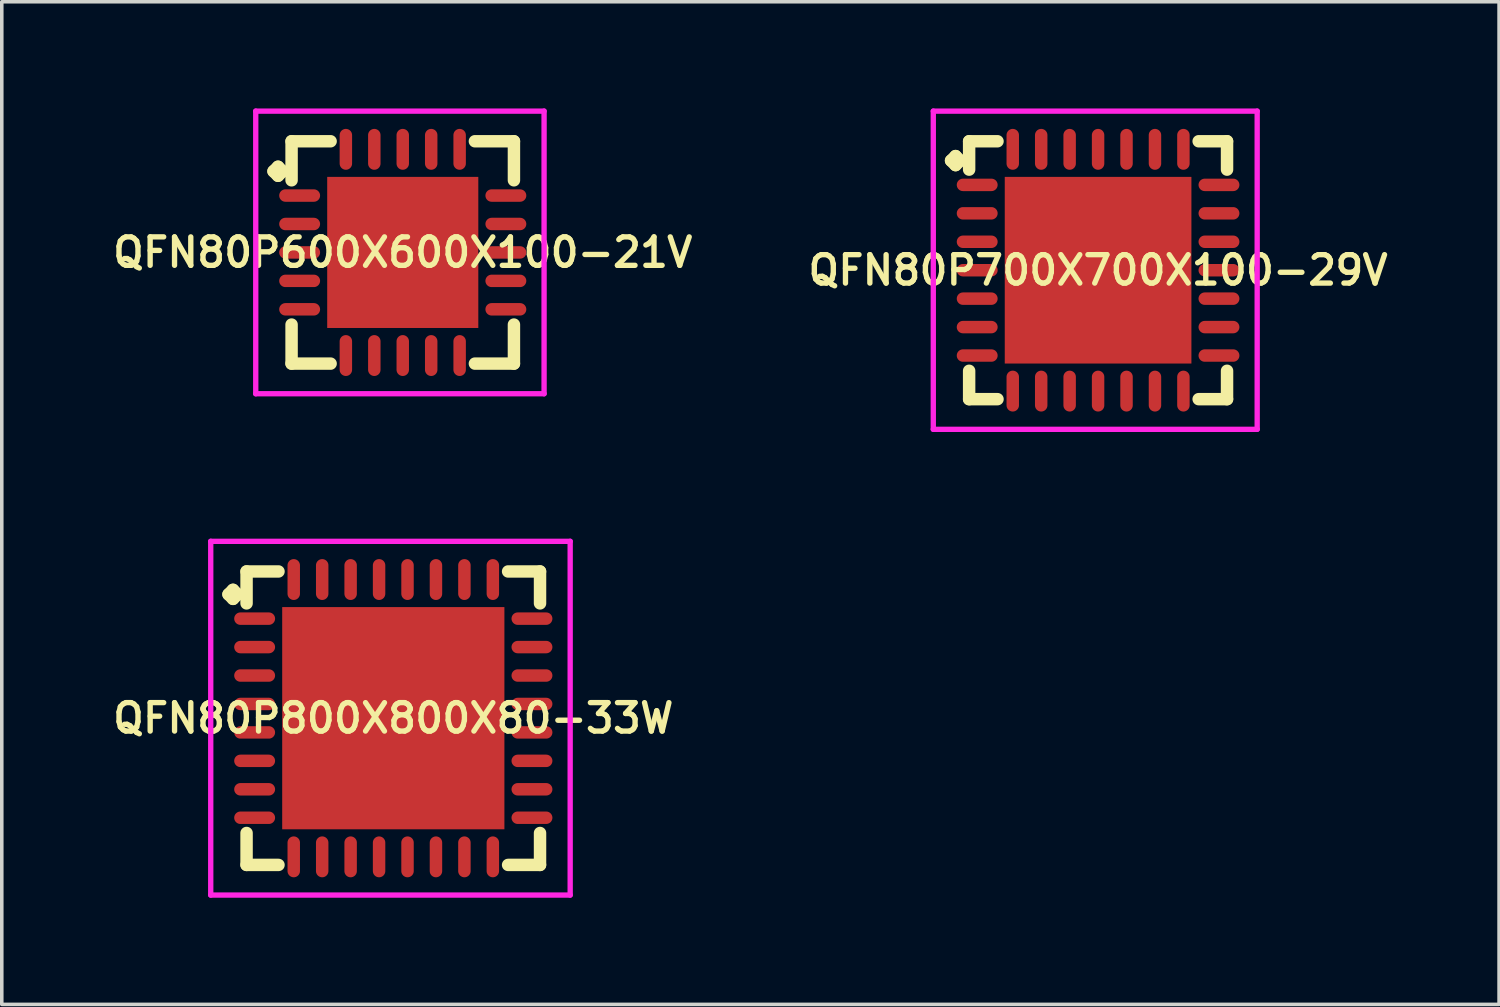
<source format=kicad_pcb>
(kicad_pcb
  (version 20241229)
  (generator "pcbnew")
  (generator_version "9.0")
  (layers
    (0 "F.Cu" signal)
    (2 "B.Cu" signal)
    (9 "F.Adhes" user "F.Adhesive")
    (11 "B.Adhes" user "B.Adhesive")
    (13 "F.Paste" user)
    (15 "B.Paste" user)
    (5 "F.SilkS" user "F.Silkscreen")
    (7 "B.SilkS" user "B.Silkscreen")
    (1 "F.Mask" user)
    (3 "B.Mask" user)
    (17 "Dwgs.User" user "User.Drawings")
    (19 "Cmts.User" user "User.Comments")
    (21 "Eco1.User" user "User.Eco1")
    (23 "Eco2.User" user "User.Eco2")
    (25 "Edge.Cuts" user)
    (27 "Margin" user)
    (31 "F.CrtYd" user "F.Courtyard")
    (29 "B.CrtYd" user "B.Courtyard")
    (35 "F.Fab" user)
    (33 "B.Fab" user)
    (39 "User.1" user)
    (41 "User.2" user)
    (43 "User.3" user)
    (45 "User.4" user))
  (footprint "QFN80P600X600X100-21V"
    (layer "F.Cu")
    (at 8.278 4.05)
    (property "Reference" "QFN80P600X600X100-21V" (at 0 0 0) (layer "F.SilkS") (effects (font (size 0.8 0.8) (thickness 0.15))))
    (attr smd)
    (fp_line (start -3.635 -2.283) (end -3.508 -2.41) (stroke (width 0.35) (type solid)) (layer "F.SilkS"))
    (fp_line (start -3.508 -2.41) (end -3.381 -2.283) (stroke (width 0.35) (type solid)) (layer "F.SilkS"))
    (fp_line (start -3.508 -2.156) (end -3.635 -2.283) (stroke (width 0.35) (type solid)) (layer "F.SilkS"))
    (fp_line (start -3.381 -2.283) (end -3.508 -2.156) (stroke (width 0.35) (type solid)) (layer "F.SilkS"))
    (fp_line (start -3.127 -3.127) (end -2.029 -3.127) (stroke (width 0.35) (type solid)) (layer "F.SilkS"))
    (fp_line (start -3.127 -2.029) (end -3.127 -3.127) (stroke (width 0.35) (type solid)) (layer "F.SilkS"))
    (fp_line (start -3.127 2.029) (end -3.127 3.127) (stroke (width 0.35) (type solid)) (layer "F.SilkS"))
    (fp_line (start -3.127 3.127) (end -2.029 3.127) (stroke (width 0.35) (type solid)) (layer "F.SilkS"))
    (fp_line (start 2.029 -3.127) (end 3.127 -3.127) (stroke (width 0.35) (type solid)) (layer "F.SilkS"))
    (fp_line (start 2.029 3.127) (end 3.127 3.127) (stroke (width 0.35) (type solid)) (layer "F.SilkS"))
    (fp_line (start 3.127 -3.127) (end 3.127 -2.029) (stroke (width 0.35) (type solid)) (layer "F.SilkS"))
    (fp_line (start 3.127 3.127) (end 3.127 2.029) (stroke (width 0.35) (type solid)) (layer "F.SilkS"))
    (fp_line (start -4.135 -3.975) (end 3.975 -3.975) (stroke (width 0.15) (type solid)) (layer "F.CrtYd"))
    (fp_line (start -4.135 3.975) (end -4.135 -3.975) (stroke (width 0.15) (type solid)) (layer "F.CrtYd"))
    (fp_line (start 3.975 -3.975) (end 3.975 3.975) (stroke (width 0.15) (type solid)) (layer "F.CrtYd"))
    (fp_line (start 3.975 3.975) (end -4.135 3.975) (stroke (width 0.15) (type solid)) (layer "F.CrtYd"))
    (pad "1" smd oval (at -2.9 -1.6) (size 1.15 0.35) (layers "F.Cu" "F.Mask" "F.Paste"))
    (pad "2" smd oval (at -2.9 -0.8) (size 1.15 0.35) (layers "F.Cu" "F.Mask" "F.Paste"))
    (pad "3" smd oval (at -2.9 0) (size 1.15 0.35) (layers "F.Cu" "F.Mask" "F.Paste"))
    (pad "4" smd oval (at -2.9 0.8) (size 1.15 0.35) (layers "F.Cu" "F.Mask" "F.Paste"))
    (pad "5" smd oval (at -2.9 1.6) (size 1.15 0.35) (layers "F.Cu" "F.Mask" "F.Paste"))
    (pad "6" smd oval (at -1.6 2.9) (size 0.35 1.15) (layers "F.Cu" "F.Mask" "F.Paste"))
    (pad "7" smd oval (at -0.8 2.9) (size 0.35 1.15) (layers "F.Cu" "F.Mask" "F.Paste"))
    (pad "8" smd oval (at 0 2.9) (size 0.35 1.15) (layers "F.Cu" "F.Mask" "F.Paste"))
    (pad "9" smd oval (at 0.8 2.9) (size 0.35 1.15) (layers "F.Cu" "F.Mask" "F.Paste"))
    (pad "10" smd oval (at 1.6 2.9) (size 0.35 1.15) (layers "F.Cu" "F.Mask" "F.Paste"))
    (pad "11" smd oval (at 2.9 1.6) (size 1.15 0.35) (layers "F.Cu" "F.Mask" "F.Paste"))
    (pad "12" smd oval (at 2.9 0.8) (size 1.15 0.35) (layers "F.Cu" "F.Mask" "F.Paste"))
    (pad "13" smd oval (at 2.9 0) (size 1.15 0.35) (layers "F.Cu" "F.Mask" "F.Paste"))
    (pad "14" smd oval (at 2.9 -0.8) (size 1.15 0.35) (layers "F.Cu" "F.Mask" "F.Paste"))
    (pad "15" smd oval (at 2.9 -1.6) (size 1.15 0.35) (layers "F.Cu" "F.Mask" "F.Paste"))
    (pad "16" smd oval (at 1.6 -2.9) (size 0.35 1.15) (layers "F.Cu" "F.Mask" "F.Paste"))
    (pad "17" smd oval (at 0.8 -2.9) (size 0.35 1.15) (layers "F.Cu" "F.Mask" "F.Paste"))
    (pad "18" smd oval (at 0 -2.9) (size 0.35 1.15) (layers "F.Cu" "F.Mask" "F.Paste"))
    (pad "19" smd oval (at -0.8 -2.9) (size 0.35 1.15) (layers "F.Cu" "F.Mask" "F.Paste"))
    (pad "20" smd oval (at -1.6 -2.9) (size 0.35 1.15) (layers "F.Cu" "F.Mask" "F.Paste"))
    (pad "21" smd rect (at 0 0) (size 4.25 4.25) (layers "F.Cu" "F.Mask" "F.Paste")))
  (footprint "QFN80P800X800X80-33W"
    (layer "F.Cu")
    (at 8.012 17.15)
    (property "Reference" "QFN80P800X800X80-33W" (at 0 0 0) (layer "F.SilkS") (effects (font (size 0.8 0.8) (thickness 0.15))))
    (attr smd)
    (fp_line (start -4.635 -3.483) (end -4.508 -3.61) (stroke (width 0.35) (type solid)) (layer "F.SilkS"))
    (fp_line (start -4.508 -3.61) (end -4.381 -3.483) (stroke (width 0.35) (type solid)) (layer "F.SilkS"))
    (fp_line (start -4.508 -3.356) (end -4.635 -3.483) (stroke (width 0.35) (type solid)) (layer "F.SilkS"))
    (fp_line (start -4.381 -3.483) (end -4.508 -3.356) (stroke (width 0.35) (type solid)) (layer "F.SilkS"))
    (fp_line (start -4.127 -4.127) (end -3.229 -4.127) (stroke (width 0.35) (type solid)) (layer "F.SilkS"))
    (fp_line (start -4.127 -3.229) (end -4.127 -4.127) (stroke (width 0.35) (type solid)) (layer "F.SilkS"))
    (fp_line (start -4.127 3.229) (end -4.127 4.127) (stroke (width 0.35) (type solid)) (layer "F.SilkS"))
    (fp_line (start -4.127 4.127) (end -3.229 4.127) (stroke (width 0.35) (type solid)) (layer "F.SilkS"))
    (fp_line (start 3.229 -4.127) (end 4.127 -4.127) (stroke (width 0.35) (type solid)) (layer "F.SilkS"))
    (fp_line (start 3.229 4.127) (end 4.127 4.127) (stroke (width 0.35) (type solid)) (layer "F.SilkS"))
    (fp_line (start 4.127 -4.127) (end 4.127 -3.229) (stroke (width 0.35) (type solid)) (layer "F.SilkS"))
    (fp_line (start 4.127 4.127) (end 4.127 3.229) (stroke (width 0.35) (type solid)) (layer "F.SilkS"))
    (fp_line (start -5.135 -4.975) (end 4.975 -4.975) (stroke (width 0.15) (type solid)) (layer "F.CrtYd"))
    (fp_line (start -5.135 4.975) (end -5.135 -4.975) (stroke (width 0.15) (type solid)) (layer "F.CrtYd"))
    (fp_line (start 4.975 -4.975) (end 4.975 4.975) (stroke (width 0.15) (type solid)) (layer "F.CrtYd"))
    (fp_line (start 4.975 4.975) (end -5.135 4.975) (stroke (width 0.15) (type solid)) (layer "F.CrtYd"))
    (pad "1" smd oval (at -3.9 -2.8) (size 1.15 0.35) (layers "F.Cu" "F.Mask" "F.Paste"))
    (pad "2" smd oval (at -3.9 -2) (size 1.15 0.35) (layers "F.Cu" "F.Mask" "F.Paste"))
    (pad "3" smd oval (at -3.9 -1.2) (size 1.15 0.35) (layers "F.Cu" "F.Mask" "F.Paste"))
    (pad "4" smd oval (at -3.9 -0.4) (size 1.15 0.35) (layers "F.Cu" "F.Mask" "F.Paste"))
    (pad "5" smd oval (at -3.9 0.4) (size 1.15 0.35) (layers "F.Cu" "F.Mask" "F.Paste"))
    (pad "6" smd oval (at -3.9 1.2) (size 1.15 0.35) (layers "F.Cu" "F.Mask" "F.Paste"))
    (pad "7" smd oval (at -3.9 2) (size 1.15 0.35) (layers "F.Cu" "F.Mask" "F.Paste"))
    (pad "8" smd oval (at -3.9 2.8) (size 1.15 0.35) (layers "F.Cu" "F.Mask" "F.Paste"))
    (pad "9" smd oval (at -2.8 3.9) (size 0.35 1.15) (layers "F.Cu" "F.Mask" "F.Paste"))
    (pad "10" smd oval (at -2 3.9) (size 0.35 1.15) (layers "F.Cu" "F.Mask" "F.Paste"))
    (pad "11" smd oval (at -1.2 3.9) (size 0.35 1.15) (layers "F.Cu" "F.Mask" "F.Paste"))
    (pad "12" smd oval (at -0.4 3.9) (size 0.35 1.15) (layers "F.Cu" "F.Mask" "F.Paste"))
    (pad "13" smd oval (at 0.4 3.9) (size 0.35 1.15) (layers "F.Cu" "F.Mask" "F.Paste"))
    (pad "14" smd oval (at 1.2 3.9) (size 0.35 1.15) (layers "F.Cu" "F.Mask" "F.Paste"))
    (pad "15" smd oval (at 2 3.9) (size 0.35 1.15) (layers "F.Cu" "F.Mask" "F.Paste"))
    (pad "16" smd oval (at 2.8 3.9) (size 0.35 1.15) (layers "F.Cu" "F.Mask" "F.Paste"))
    (pad "17" smd oval (at 3.9 2.8) (size 1.15 0.35) (layers "F.Cu" "F.Mask" "F.Paste"))
    (pad "18" smd oval (at 3.9 2) (size 1.15 0.35) (layers "F.Cu" "F.Mask" "F.Paste"))
    (pad "19" smd oval (at 3.9 1.2) (size 1.15 0.35) (layers "F.Cu" "F.Mask" "F.Paste"))
    (pad "20" smd oval (at 3.9 0.4) (size 1.15 0.35) (layers "F.Cu" "F.Mask" "F.Paste"))
    (pad "21" smd oval (at 3.9 -0.4) (size 1.15 0.35) (layers "F.Cu" "F.Mask" "F.Paste"))
    (pad "22" smd oval (at 3.9 -1.2) (size 1.15 0.35) (layers "F.Cu" "F.Mask" "F.Paste"))
    (pad "23" smd oval (at 3.9 -2) (size 1.15 0.35) (layers "F.Cu" "F.Mask" "F.Paste"))
    (pad "24" smd oval (at 3.9 -2.8) (size 1.15 0.35) (layers "F.Cu" "F.Mask" "F.Paste"))
    (pad "25" smd oval (at 2.8 -3.9) (size 0.35 1.15) (layers "F.Cu" "F.Mask" "F.Paste"))
    (pad "26" smd oval (at 2 -3.9) (size 0.35 1.15) (layers "F.Cu" "F.Mask" "F.Paste"))
    (pad "27" smd oval (at 1.2 -3.9) (size 0.35 1.15) (layers "F.Cu" "F.Mask" "F.Paste"))
    (pad "28" smd oval (at 0.4 -3.9) (size 0.35 1.15) (layers "F.Cu" "F.Mask" "F.Paste"))
    (pad "29" smd oval (at -0.4 -3.9) (size 0.35 1.15) (layers "F.Cu" "F.Mask" "F.Paste"))
    (pad "30" smd oval (at -1.2 -3.9) (size 0.35 1.15) (layers "F.Cu" "F.Mask" "F.Paste"))
    (pad "31" smd oval (at -2 -3.9) (size 0.35 1.15) (layers "F.Cu" "F.Mask" "F.Paste"))
    (pad "32" smd oval (at -2.8 -3.9) (size 0.35 1.15) (layers "F.Cu" "F.Mask" "F.Paste"))
    (pad "33" smd rect (at 0 0) (size 6.25 6.25) (layers "F.Cu" "F.Mask" "F.Paste")))
  (footprint "QFN80P700X700X100-29V"
    (layer "F.Cu")
    (at 27.835 4.55)
    (property "Reference" "QFN80P700X700X100-29V" (at 0 0 0) (layer "F.SilkS") (effects (font (size 0.8 0.8) (thickness 0.15))))
    (attr smd)
    (fp_line (start -4.135 -3.083) (end -4.008 -3.21) (stroke (width 0.35) (type solid)) (layer "F.SilkS"))
    (fp_line (start -4.008 -3.21) (end -3.881 -3.083) (stroke (width 0.35) (type solid)) (layer "F.SilkS"))
    (fp_line (start -4.008 -2.956) (end -4.135 -3.083) (stroke (width 0.35) (type solid)) (layer "F.SilkS"))
    (fp_line (start -3.881 -3.083) (end -4.008 -2.956) (stroke (width 0.35) (type solid)) (layer "F.SilkS"))
    (fp_line (start -3.627 -3.627) (end -2.829 -3.627) (stroke (width 0.35) (type solid)) (layer "F.SilkS"))
    (fp_line (start -3.627 -2.829) (end -3.627 -3.627) (stroke (width 0.35) (type solid)) (layer "F.SilkS"))
    (fp_line (start -3.627 2.829) (end -3.627 3.627) (stroke (width 0.35) (type solid)) (layer "F.SilkS"))
    (fp_line (start -3.627 3.627) (end -2.829 3.627) (stroke (width 0.35) (type solid)) (layer "F.SilkS"))
    (fp_line (start 2.829 -3.627) (end 3.627 -3.627) (stroke (width 0.35) (type solid)) (layer "F.SilkS"))
    (fp_line (start 2.829 3.627) (end 3.627 3.627) (stroke (width 0.35) (type solid)) (layer "F.SilkS"))
    (fp_line (start 3.627 -3.627) (end 3.627 -2.829) (stroke (width 0.35) (type solid)) (layer "F.SilkS"))
    (fp_line (start 3.627 3.627) (end 3.627 2.829) (stroke (width 0.35) (type solid)) (layer "F.SilkS"))
    (fp_line (start -4.635 -4.475) (end 4.475 -4.475) (stroke (width 0.15) (type solid)) (layer "F.CrtYd"))
    (fp_line (start -4.635 4.475) (end -4.635 -4.475) (stroke (width 0.15) (type solid)) (layer "F.CrtYd"))
    (fp_line (start 4.475 -4.475) (end 4.475 4.475) (stroke (width 0.15) (type solid)) (layer "F.CrtYd"))
    (fp_line (start 4.475 4.475) (end -4.635 4.475) (stroke (width 0.15) (type solid)) (layer "F.CrtYd"))
    (pad "1" smd oval (at -3.4 -2.4) (size 1.15 0.35) (layers "F.Cu" "F.Mask" "F.Paste"))
    (pad "2" smd oval (at -3.4 -1.6) (size 1.15 0.35) (layers "F.Cu" "F.Mask" "F.Paste"))
    (pad "3" smd oval (at -3.4 -0.8) (size 1.15 0.35) (layers "F.Cu" "F.Mask" "F.Paste"))
    (pad "4" smd oval (at -3.4 0) (size 1.15 0.35) (layers "F.Cu" "F.Mask" "F.Paste"))
    (pad "5" smd oval (at -3.4 0.8) (size 1.15 0.35) (layers "F.Cu" "F.Mask" "F.Paste"))
    (pad "6" smd oval (at -3.4 1.6) (size 1.15 0.35) (layers "F.Cu" "F.Mask" "F.Paste"))
    (pad "7" smd oval (at -3.4 2.4) (size 1.15 0.35) (layers "F.Cu" "F.Mask" "F.Paste"))
    (pad "8" smd oval (at -2.4 3.4) (size 0.35 1.15) (layers "F.Cu" "F.Mask" "F.Paste"))
    (pad "9" smd oval (at -1.6 3.4) (size 0.35 1.15) (layers "F.Cu" "F.Mask" "F.Paste"))
    (pad "10" smd oval (at -0.8 3.4) (size 0.35 1.15) (layers "F.Cu" "F.Mask" "F.Paste"))
    (pad "11" smd oval (at 0 3.4) (size 0.35 1.15) (layers "F.Cu" "F.Mask" "F.Paste"))
    (pad "12" smd oval (at 0.8 3.4) (size 0.35 1.15) (layers "F.Cu" "F.Mask" "F.Paste"))
    (pad "13" smd oval (at 1.6 3.4) (size 0.35 1.15) (layers "F.Cu" "F.Mask" "F.Paste"))
    (pad "14" smd oval (at 2.4 3.4) (size 0.35 1.15) (layers "F.Cu" "F.Mask" "F.Paste"))
    (pad "15" smd oval (at 3.4 2.4) (size 1.15 0.35) (layers "F.Cu" "F.Mask" "F.Paste"))
    (pad "16" smd oval (at 3.4 1.6) (size 1.15 0.35) (layers "F.Cu" "F.Mask" "F.Paste"))
    (pad "17" smd oval (at 3.4 0.8) (size 1.15 0.35) (layers "F.Cu" "F.Mask" "F.Paste"))
    (pad "18" smd oval (at 3.4 0) (size 1.15 0.35) (layers "F.Cu" "F.Mask" "F.Paste"))
    (pad "19" smd oval (at 3.4 -0.8) (size 1.15 0.35) (layers "F.Cu" "F.Mask" "F.Paste"))
    (pad "20" smd oval (at 3.4 -1.6) (size 1.15 0.35) (layers "F.Cu" "F.Mask" "F.Paste"))
    (pad "21" smd oval (at 3.4 -2.4) (size 1.15 0.35) (layers "F.Cu" "F.Mask" "F.Paste"))
    (pad "22" smd oval (at 2.4 -3.4) (size 0.35 1.15) (layers "F.Cu" "F.Mask" "F.Paste"))
    (pad "23" smd oval (at 1.6 -3.4) (size 0.35 1.15) (layers "F.Cu" "F.Mask" "F.Paste"))
    (pad "24" smd oval (at 0.8 -3.4) (size 0.35 1.15) (layers "F.Cu" "F.Mask" "F.Paste"))
    (pad "25" smd oval (at 0 -3.4) (size 0.35 1.15) (layers "F.Cu" "F.Mask" "F.Paste"))
    (pad "26" smd oval (at -0.8 -3.4) (size 0.35 1.15) (layers "F.Cu" "F.Mask" "F.Paste"))
    (pad "27" smd oval (at -1.6 -3.4) (size 0.35 1.15) (layers "F.Cu" "F.Mask" "F.Paste"))
    (pad "28" smd oval (at -2.4 -3.4) (size 0.35 1.15) (layers "F.Cu" "F.Mask" "F.Paste"))
    (pad "29" smd rect (at 0 0) (size 5.25 5.25) (layers "F.Cu" "F.Mask" "F.Paste")))
  (gr_rect
    (start -3 -3)
    (end 39.113 25.2)
    (stroke (width 0.1) (type default))
    (fill no)
    (layer "Edge.Cuts")))
</source>
